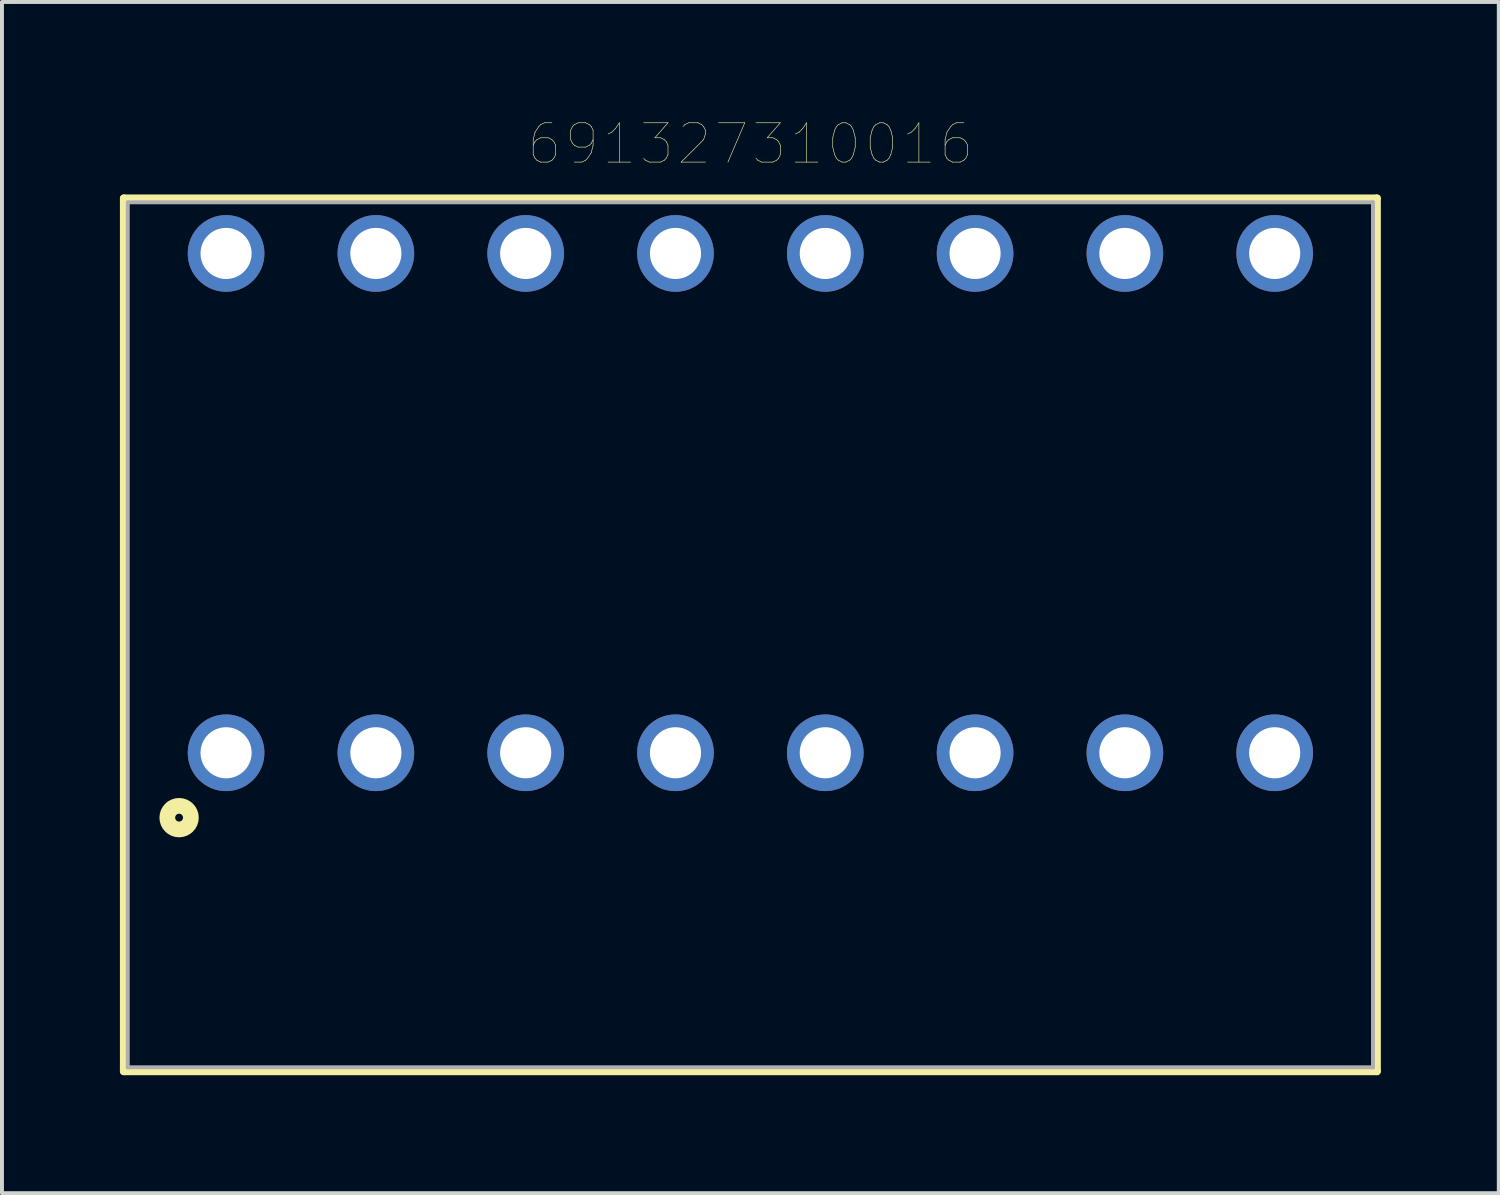
<source format=kicad_pcb>
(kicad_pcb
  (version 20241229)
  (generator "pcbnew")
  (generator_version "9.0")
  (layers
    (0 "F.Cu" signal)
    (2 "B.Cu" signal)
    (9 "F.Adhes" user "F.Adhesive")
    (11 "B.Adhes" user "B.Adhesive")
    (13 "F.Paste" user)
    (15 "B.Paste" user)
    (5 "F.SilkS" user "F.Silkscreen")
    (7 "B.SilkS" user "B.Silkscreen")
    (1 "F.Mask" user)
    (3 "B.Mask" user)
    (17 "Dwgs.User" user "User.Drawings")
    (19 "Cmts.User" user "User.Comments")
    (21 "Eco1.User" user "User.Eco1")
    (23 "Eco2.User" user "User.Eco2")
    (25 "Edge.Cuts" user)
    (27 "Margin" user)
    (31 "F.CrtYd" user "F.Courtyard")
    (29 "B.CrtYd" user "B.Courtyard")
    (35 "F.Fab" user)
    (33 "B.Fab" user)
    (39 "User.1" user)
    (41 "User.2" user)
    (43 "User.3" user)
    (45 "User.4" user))
  (footprint "691327310016"
    (layer "F.Cu")
    (at 16.035 9.746)
    (property "Reference" "691327310016" (at 0 -9.135 0) (layer "F.SilkS") (effects (font (size 1 1) (thickness 0.015))))
    (attr through_hole)
    (fp_line (start -15.935 -7.75) (end 15.935 -7.75) (stroke (width 0.2) (type solid)) (layer "F.SilkS"))
    (fp_line (start -15.935 14.45) (end -15.935 -7.75) (stroke (width 0.2) (type solid)) (layer "F.SilkS"))
    (fp_line (start 15.935 -7.75) (end 15.935 14.45) (stroke (width 0.2) (type solid)) (layer "F.SilkS"))
    (fp_line (start 15.935 14.45) (end -15.935 14.45) (stroke (width 0.2) (type solid)) (layer "F.SilkS"))
    (fp_circle (center -14.53 8) (end -14.43 8) (stroke (width 0.4) (type solid)) (fill no) (layer "F.SilkS"))
    (fp_line (start -15.835 -7.65) (end -15.835 14.35) (stroke (width 0.1) (type solid)) (layer "F.Fab"))
    (fp_line (start -15.835 14.35) (end 15.835 14.35) (stroke (width 0.1) (type solid)) (layer "F.Fab"))
    (fp_line (start 15.835 -7.65) (end -15.835 -7.65) (stroke (width 0.1) (type solid)) (layer "F.Fab"))
    (fp_line (start 15.835 14.35) (end 15.835 -7.65) (stroke (width 0.1) (type solid)) (layer "F.Fab"))
    (pad "1" thru_hole circle (at -13.335 6.35) (size 1.95 1.95) (drill 1.3) (layers "*.Cu" "*.Mask"))
    (pad "2" thru_hole circle (at -9.525 6.35) (size 1.95 1.95) (drill 1.3) (layers "*.Cu" "*.Mask"))
    (pad "3" thru_hole circle (at -5.715 6.35) (size 1.95 1.95) (drill 1.3) (layers "*.Cu" "*.Mask"))
    (pad "4" thru_hole circle (at -1.905 6.35) (size 1.95 1.95) (drill 1.3) (layers "*.Cu" "*.Mask"))
    (pad "5" thru_hole circle (at 1.905 6.35) (size 1.95 1.95) (drill 1.3) (layers "*.Cu" "*.Mask"))
    (pad "6" thru_hole circle (at 5.715 6.35) (size 1.95 1.95) (drill 1.3) (layers "*.Cu" "*.Mask"))
    (pad "7" thru_hole circle (at 9.525 6.35) (size 1.95 1.95) (drill 1.3) (layers "*.Cu" "*.Mask"))
    (pad "8" thru_hole circle (at 13.335 6.35) (size 1.95 1.95) (drill 1.3) (layers "*.Cu" "*.Mask"))
    (pad "9" thru_hole circle (at -13.335 -6.35) (size 1.95 1.95) (drill 1.3) (layers "*.Cu" "*.Mask"))
    (pad "10" thru_hole circle (at -9.525 -6.35) (size 1.95 1.95) (drill 1.3) (layers "*.Cu" "*.Mask"))
    (pad "11" thru_hole circle (at -5.715 -6.35) (size 1.95 1.95) (drill 1.3) (layers "*.Cu" "*.Mask"))
    (pad "12" thru_hole circle (at -1.905 -6.35) (size 1.95 1.95) (drill 1.3) (layers "*.Cu" "*.Mask"))
    (pad "13" thru_hole circle (at 1.905 -6.35) (size 1.95 1.95) (drill 1.3) (layers "*.Cu" "*.Mask"))
    (pad "14" thru_hole circle (at 5.715 -6.35) (size 1.95 1.95) (drill 1.3) (layers "*.Cu" "*.Mask"))
    (pad "15" thru_hole circle (at 9.525 -6.35) (size 1.95 1.95) (drill 1.3) (layers "*.Cu" "*.Mask"))
    (pad "16" thru_hole circle (at 13.335 -6.35) (size 1.95 1.95) (drill 1.3) (layers "*.Cu" "*.Mask")))
  (gr_rect
    (start -3 -3)
    (end 35.07 27.296)
    (stroke (width 0.1) (type default))
    (fill no)
    (layer "Edge.Cuts")))
</source>
